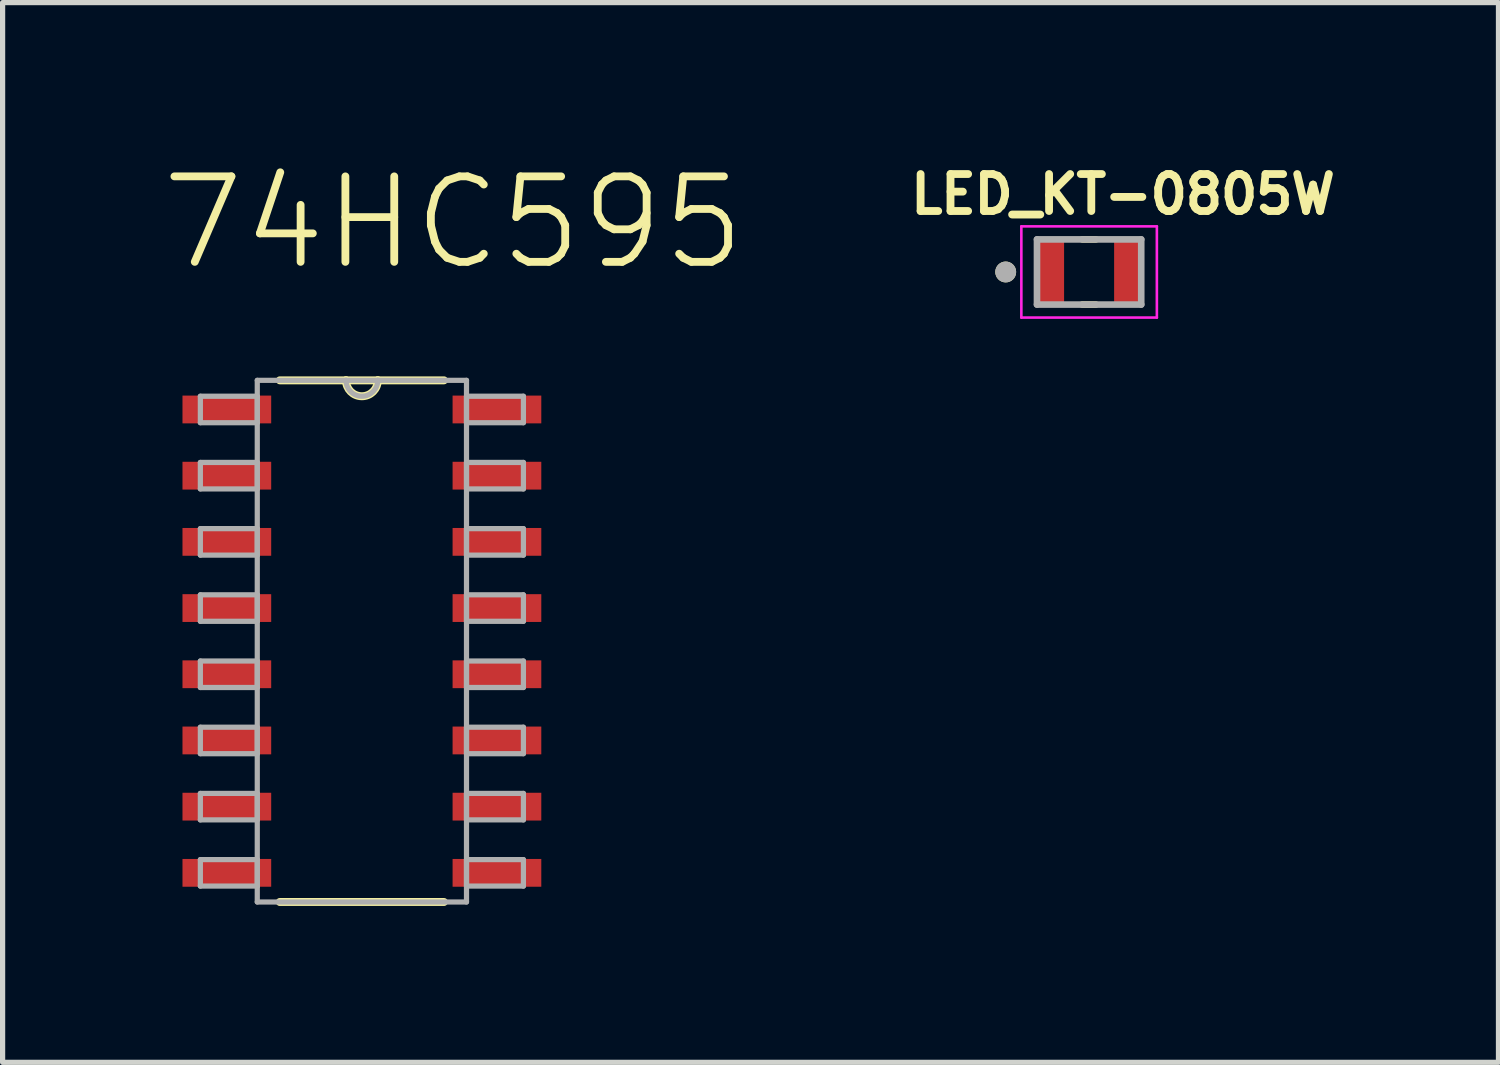
<source format=kicad_pcb>
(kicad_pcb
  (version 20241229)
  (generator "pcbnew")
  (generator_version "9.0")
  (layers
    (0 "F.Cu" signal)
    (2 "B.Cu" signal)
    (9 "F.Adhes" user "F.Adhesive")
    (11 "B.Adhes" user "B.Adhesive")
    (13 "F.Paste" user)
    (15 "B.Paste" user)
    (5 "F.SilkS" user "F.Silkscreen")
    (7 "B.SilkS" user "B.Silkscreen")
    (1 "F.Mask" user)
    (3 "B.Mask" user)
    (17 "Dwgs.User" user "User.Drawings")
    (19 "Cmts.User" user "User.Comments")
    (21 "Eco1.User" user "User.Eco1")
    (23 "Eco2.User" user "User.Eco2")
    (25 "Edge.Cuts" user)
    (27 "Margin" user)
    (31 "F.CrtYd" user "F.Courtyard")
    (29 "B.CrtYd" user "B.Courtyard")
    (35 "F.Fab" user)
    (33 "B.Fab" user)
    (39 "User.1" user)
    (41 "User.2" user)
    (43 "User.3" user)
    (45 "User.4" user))
  (footprint "74HC595"
    (layer "F.Cu")
    (at 3.893 9.251)
    (property "Reference" "74HC595" (at 1.753 -8.028 0) (layer "F.SilkS") (effects (font (size 1.64 1.64) (thickness 0.15))))
    (attr smd)
    (fp_line (start -1.575 5.004) (end 1.575 5.004) (stroke (width 0.152) (type solid)) (layer "F.SilkS"))
    (fp_line (start -0.305 -5.004) (end -1.575 -5.004) (stroke (width 0.152) (type solid)) (layer "F.SilkS"))
    (fp_line (start 0.305 -5.004) (end -0.305 -5.004) (stroke (width 0.152) (type solid)) (layer "F.SilkS"))
    (fp_line (start 1.575 -5.004) (end 0.305 -5.004) (stroke (width 0.152) (type solid)) (layer "F.SilkS"))
    (fp_arc (start 0.3048 -5.0038) (mid 0 -4.699) (end -0.3048 -5.0038) (stroke (width 0.1524) (type solid)) (layer "F.SilkS"))
    (fp_line (start -3.099 -4.699) (end -3.099 -4.191) (stroke (width 0.1) (type solid)) (layer "F.Fab"))
    (fp_line (start -3.099 -4.191) (end -2.007 -4.191) (stroke (width 0.1) (type solid)) (layer "F.Fab"))
    (fp_line (start -3.099 -3.429) (end -3.099 -2.921) (stroke (width 0.1) (type solid)) (layer "F.Fab"))
    (fp_line (start -3.099 -2.921) (end -2.007 -2.921) (stroke (width 0.1) (type solid)) (layer "F.Fab"))
    (fp_line (start -3.099 -2.159) (end -3.099 -1.651) (stroke (width 0.1) (type solid)) (layer "F.Fab"))
    (fp_line (start -3.099 -1.651) (end -2.007 -1.651) (stroke (width 0.1) (type solid)) (layer "F.Fab"))
    (fp_line (start -3.099 -0.889) (end -3.099 -0.381) (stroke (width 0.1) (type solid)) (layer "F.Fab"))
    (fp_line (start -3.099 -0.381) (end -2.007 -0.381) (stroke (width 0.1) (type solid)) (layer "F.Fab"))
    (fp_line (start -3.099 0.381) (end -3.099 0.889) (stroke (width 0.1) (type solid)) (layer "F.Fab"))
    (fp_line (start -3.099 0.889) (end -2.007 0.889) (stroke (width 0.1) (type solid)) (layer "F.Fab"))
    (fp_line (start -3.099 1.651) (end -3.099 2.159) (stroke (width 0.1) (type solid)) (layer "F.Fab"))
    (fp_line (start -3.099 2.159) (end -2.007 2.159) (stroke (width 0.1) (type solid)) (layer "F.Fab"))
    (fp_line (start -3.099 2.921) (end -3.099 3.429) (stroke (width 0.1) (type solid)) (layer "F.Fab"))
    (fp_line (start -3.099 3.429) (end -2.007 3.429) (stroke (width 0.1) (type solid)) (layer "F.Fab"))
    (fp_line (start -3.099 4.191) (end -3.099 4.699) (stroke (width 0.1) (type solid)) (layer "F.Fab"))
    (fp_line (start -3.099 4.699) (end -2.007 4.699) (stroke (width 0.1) (type solid)) (layer "F.Fab"))
    (fp_line (start -2.007 -5.004) (end -2.007 5.004) (stroke (width 0.1) (type solid)) (layer "F.Fab"))
    (fp_line (start -2.007 -4.699) (end -3.099 -4.699) (stroke (width 0.1) (type solid)) (layer "F.Fab"))
    (fp_line (start -2.007 -4.191) (end -2.007 -4.699) (stroke (width 0.1) (type solid)) (layer "F.Fab"))
    (fp_line (start -2.007 -3.429) (end -3.099 -3.429) (stroke (width 0.1) (type solid)) (layer "F.Fab"))
    (fp_line (start -2.007 -2.921) (end -2.007 -3.429) (stroke (width 0.1) (type solid)) (layer "F.Fab"))
    (fp_line (start -2.007 -2.159) (end -3.099 -2.159) (stroke (width 0.1) (type solid)) (layer "F.Fab"))
    (fp_line (start -2.007 -1.651) (end -2.007 -2.159) (stroke (width 0.1) (type solid)) (layer "F.Fab"))
    (fp_line (start -2.007 -0.889) (end -3.099 -0.889) (stroke (width 0.1) (type solid)) (layer "F.Fab"))
    (fp_line (start -2.007 -0.381) (end -2.007 -0.889) (stroke (width 0.1) (type solid)) (layer "F.Fab"))
    (fp_line (start -2.007 0.381) (end -3.099 0.381) (stroke (width 0.1) (type solid)) (layer "F.Fab"))
    (fp_line (start -2.007 0.889) (end -2.007 0.381) (stroke (width 0.1) (type solid)) (layer "F.Fab"))
    (fp_line (start -2.007 1.651) (end -3.099 1.651) (stroke (width 0.1) (type solid)) (layer "F.Fab"))
    (fp_line (start -2.007 2.159) (end -2.007 1.651) (stroke (width 0.1) (type solid)) (layer "F.Fab"))
    (fp_line (start -2.007 2.921) (end -3.099 2.921) (stroke (width 0.1) (type solid)) (layer "F.Fab"))
    (fp_line (start -2.007 3.429) (end -2.007 2.921) (stroke (width 0.1) (type solid)) (layer "F.Fab"))
    (fp_line (start -2.007 4.191) (end -3.099 4.191) (stroke (width 0.1) (type solid)) (layer "F.Fab"))
    (fp_line (start -2.007 4.699) (end -2.007 4.191) (stroke (width 0.1) (type solid)) (layer "F.Fab"))
    (fp_line (start -2.007 5.004) (end 2.007 5.004) (stroke (width 0.1) (type solid)) (layer "F.Fab"))
    (fp_line (start -0.305 -5.004) (end -2.007 -5.004) (stroke (width 0.1) (type solid)) (layer "F.Fab"))
    (fp_line (start 0.305 -5.004) (end -0.305 -5.004) (stroke (width 0.1) (type solid)) (layer "F.Fab"))
    (fp_line (start 2.007 -5.004) (end 0.305 -5.004) (stroke (width 0.1) (type solid)) (layer "F.Fab"))
    (fp_line (start 2.007 -4.699) (end 2.007 -4.191) (stroke (width 0.1) (type solid)) (layer "F.Fab"))
    (fp_line (start 2.007 -4.191) (end 3.099 -4.191) (stroke (width 0.1) (type solid)) (layer "F.Fab"))
    (fp_line (start 2.007 -3.429) (end 2.007 -2.921) (stroke (width 0.1) (type solid)) (layer "F.Fab"))
    (fp_line (start 2.007 -2.921) (end 3.099 -2.921) (stroke (width 0.1) (type solid)) (layer "F.Fab"))
    (fp_line (start 2.007 -2.159) (end 2.007 -1.651) (stroke (width 0.1) (type solid)) (layer "F.Fab"))
    (fp_line (start 2.007 -1.651) (end 3.099 -1.651) (stroke (width 0.1) (type solid)) (layer "F.Fab"))
    (fp_line (start 2.007 -0.889) (end 2.007 -0.381) (stroke (width 0.1) (type solid)) (layer "F.Fab"))
    (fp_line (start 2.007 -0.381) (end 3.099 -0.381) (stroke (width 0.1) (type solid)) (layer "F.Fab"))
    (fp_line (start 2.007 0.381) (end 2.007 0.889) (stroke (width 0.1) (type solid)) (layer "F.Fab"))
    (fp_line (start 2.007 0.889) (end 3.099 0.889) (stroke (width 0.1) (type solid)) (layer "F.Fab"))
    (fp_line (start 2.007 1.651) (end 2.007 2.159) (stroke (width 0.1) (type solid)) (layer "F.Fab"))
    (fp_line (start 2.007 2.159) (end 3.099 2.159) (stroke (width 0.1) (type solid)) (layer "F.Fab"))
    (fp_line (start 2.007 2.921) (end 2.007 3.429) (stroke (width 0.1) (type solid)) (layer "F.Fab"))
    (fp_line (start 2.007 3.429) (end 3.099 3.429) (stroke (width 0.1) (type solid)) (layer "F.Fab"))
    (fp_line (start 2.007 4.191) (end 2.007 4.699) (stroke (width 0.1) (type solid)) (layer "F.Fab"))
    (fp_line (start 2.007 4.699) (end 3.099 4.699) (stroke (width 0.1) (type solid)) (layer "F.Fab"))
    (fp_line (start 2.007 5.004) (end 2.007 -5.004) (stroke (width 0.1) (type solid)) (layer "F.Fab"))
    (fp_line (start 3.099 -4.699) (end 2.007 -4.699) (stroke (width 0.1) (type solid)) (layer "F.Fab"))
    (fp_line (start 3.099 -4.191) (end 3.099 -4.699) (stroke (width 0.1) (type solid)) (layer "F.Fab"))
    (fp_line (start 3.099 -3.429) (end 2.007 -3.429) (stroke (width 0.1) (type solid)) (layer "F.Fab"))
    (fp_line (start 3.099 -2.921) (end 3.099 -3.429) (stroke (width 0.1) (type solid)) (layer "F.Fab"))
    (fp_line (start 3.099 -2.159) (end 2.007 -2.159) (stroke (width 0.1) (type solid)) (layer "F.Fab"))
    (fp_line (start 3.099 -1.651) (end 3.099 -2.159) (stroke (width 0.1) (type solid)) (layer "F.Fab"))
    (fp_line (start 3.099 -0.889) (end 2.007 -0.889) (stroke (width 0.1) (type solid)) (layer "F.Fab"))
    (fp_line (start 3.099 -0.381) (end 3.099 -0.889) (stroke (width 0.1) (type solid)) (layer "F.Fab"))
    (fp_line (start 3.099 0.381) (end 2.007 0.381) (stroke (width 0.1) (type solid)) (layer "F.Fab"))
    (fp_line (start 3.099 0.889) (end 3.099 0.381) (stroke (width 0.1) (type solid)) (layer "F.Fab"))
    (fp_line (start 3.099 1.651) (end 2.007 1.651) (stroke (width 0.1) (type solid)) (layer "F.Fab"))
    (fp_line (start 3.099 2.159) (end 3.099 1.651) (stroke (width 0.1) (type solid)) (layer "F.Fab"))
    (fp_line (start 3.099 2.921) (end 2.007 2.921) (stroke (width 0.1) (type solid)) (layer "F.Fab"))
    (fp_line (start 3.099 3.429) (end 3.099 2.921) (stroke (width 0.1) (type solid)) (layer "F.Fab"))
    (fp_line (start 3.099 4.191) (end 2.007 4.191) (stroke (width 0.1) (type solid)) (layer "F.Fab"))
    (fp_line (start 3.099 4.699) (end 3.099 4.191) (stroke (width 0.1) (type solid)) (layer "F.Fab"))
    (fp_arc (start 0.3048 -5.0038) (mid 0 -4.699) (end -0.3048 -5.0038) (stroke (width 0.1) (type solid)) (layer "F.Fab"))
    (pad "1" smd rect (at -2.591 -4.445) (size 1.702 0.533) (layers "F.Cu" "F.Mask" "F.Paste"))
    (pad "2" smd rect (at -2.591 -3.175) (size 1.702 0.533) (layers "F.Cu" "F.Mask" "F.Paste"))
    (pad "3" smd rect (at -2.591 -1.905) (size 1.702 0.533) (layers "F.Cu" "F.Mask" "F.Paste"))
    (pad "4" smd rect (at -2.591 -0.635) (size 1.702 0.533) (layers "F.Cu" "F.Mask" "F.Paste"))
    (pad "5" smd rect (at -2.591 0.635) (size 1.702 0.533) (layers "F.Cu" "F.Mask" "F.Paste"))
    (pad "6" smd rect (at -2.591 1.905) (size 1.702 0.533) (layers "F.Cu" "F.Mask" "F.Paste"))
    (pad "7" smd rect (at -2.591 3.175) (size 1.702 0.533) (layers "F.Cu" "F.Mask" "F.Paste"))
    (pad "8" smd rect (at -2.591 4.445) (size 1.702 0.533) (layers "F.Cu" "F.Mask" "F.Paste"))
    (pad "9" smd rect (at 2.591 4.445) (size 1.702 0.533) (layers "F.Cu" "F.Mask" "F.Paste"))
    (pad "10" smd rect (at 2.591 3.175) (size 1.702 0.533) (layers "F.Cu" "F.Mask" "F.Paste"))
    (pad "11" smd rect (at 2.591 1.905) (size 1.702 0.533) (layers "F.Cu" "F.Mask" "F.Paste"))
    (pad "12" smd rect (at 2.591 0.635) (size 1.702 0.533) (layers "F.Cu" "F.Mask" "F.Paste"))
    (pad "13" smd rect (at 2.591 -0.635) (size 1.702 0.533) (layers "F.Cu" "F.Mask" "F.Paste"))
    (pad "14" smd rect (at 2.591 -1.905) (size 1.702 0.533) (layers "F.Cu" "F.Mask" "F.Paste"))
    (pad "15" smd rect (at 2.591 -3.175) (size 1.702 0.533) (layers "F.Cu" "F.Mask" "F.Paste"))
    (pad "16" smd rect (at 2.591 -4.445) (size 1.702 0.533) (layers "F.Cu" "F.Mask" "F.Paste")))
  (footprint "LED_KT-0805W"
    (layer "F.Cu")
    (at 17.845 2.168)
    (property "Reference" "LED_KT-0805W" (at 0.65 -1.49 0) (layer "F.SilkS") (effects (font (size 0.709 0.709) (thickness 0.15))))
    (attr smd)
    (fp_line (start -0.13 -0.625) (end 0.13 -0.625) (stroke (width 0.127) (type solid)) (layer "F.SilkS"))
    (fp_line (start -0.13 0.625) (end 0.13 0.625) (stroke (width 0.127) (type solid)) (layer "F.SilkS"))
    (fp_circle (center -1.6 0) (end -1.5 0) (stroke (width 0.2) (type solid)) (fill no) (layer "F.SilkS"))
    (fp_line (start -1.3 -0.875) (end -1.3 0.875) (stroke (width 0.05) (type solid)) (layer "F.CrtYd"))
    (fp_line (start -1.3 0.875) (end 1.3 0.875) (stroke (width 0.05) (type solid)) (layer "F.CrtYd"))
    (fp_line (start 1.3 -0.875) (end -1.3 -0.875) (stroke (width 0.05) (type solid)) (layer "F.CrtYd"))
    (fp_line (start 1.3 0.875) (end 1.3 -0.875) (stroke (width 0.05) (type solid)) (layer "F.CrtYd"))
    (fp_line (start -1 -0.625) (end -1 0.625) (stroke (width 0.127) (type solid)) (layer "F.Fab"))
    (fp_line (start -1 0.625) (end 1 0.625) (stroke (width 0.127) (type solid)) (layer "F.Fab"))
    (fp_line (start 1 -0.625) (end -1 -0.625) (stroke (width 0.127) (type solid)) (layer "F.Fab"))
    (fp_line (start 1 0.625) (end 1 -0.625) (stroke (width 0.127) (type solid)) (layer "F.Fab"))
    (fp_circle (center -1.6 0) (end -1.5 0) (stroke (width 0.2) (type solid)) (fill no) (layer "F.Fab"))
    (pad "A" smd rect (at 0.765 0) (size 0.57 1.2) (layers "F.Cu" "F.Mask" "F.Paste"))
    (pad "C" smd rect (at -0.765 0) (size 0.57 1.2) (layers "F.Cu" "F.Mask" "F.Paste")))
  (gr_rect
    (start -3 -3)
    (end 25.699 17.331)
    (stroke (width 0.1) (type default))
    (fill no)
    (layer "Edge.Cuts")))
</source>
